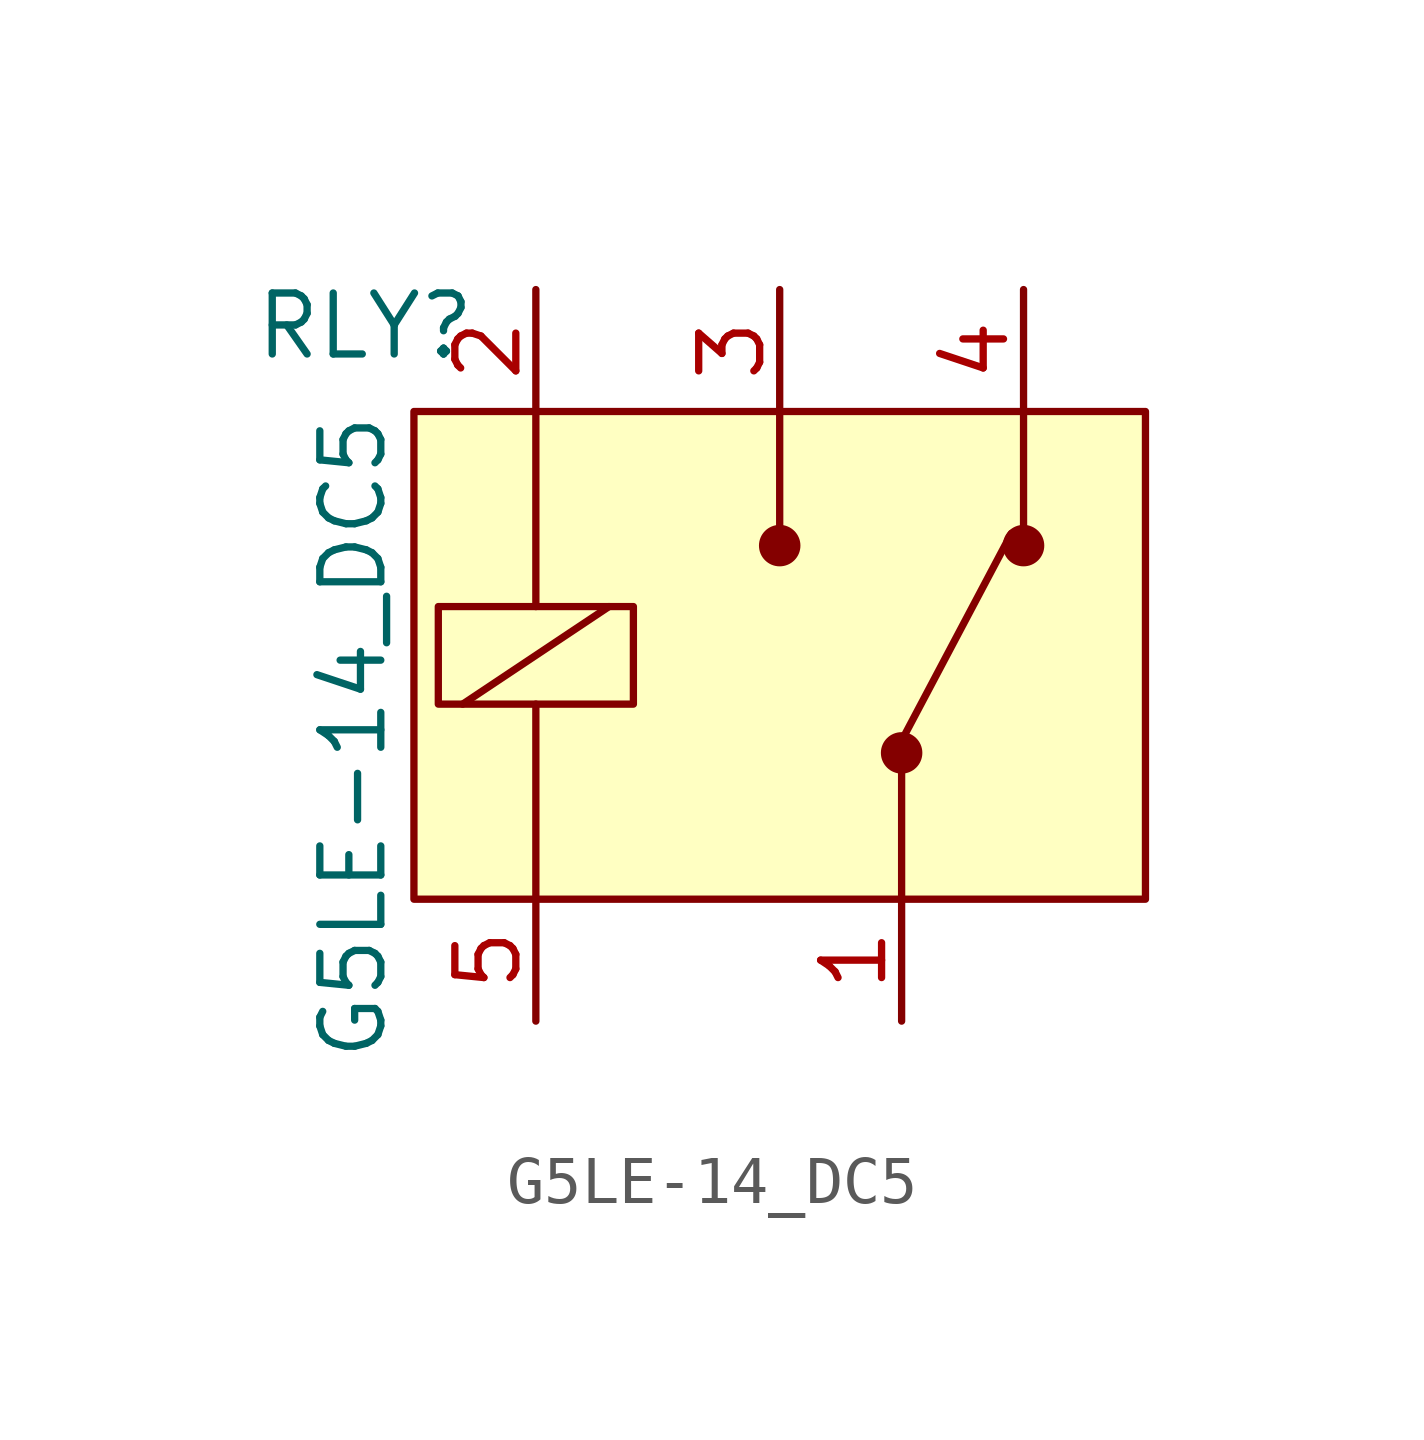
<source format=kicad_sym>
(kicad_symbol_lib
  (version 20211014)
  (generator kicad_symbol_editor)
  (symbol "G5LE-14_DC5"
    (pin_names
      (offset 0) hide)
    (property "Reference" "RLY"
      (at -8.636 6.858 0)
      (effects (font (size 1.27 1.27))))
    (property "Value" "G5LE-14_DC5"
      (at -8.89 5.08 90)
      (effects (font (size 1.27 1.27)) (justify right)))
    (symbol "G5LE-14_DC5_0_1"
      (rectangle (start -7.62 5.08) (end 7.62 -5.08) (stroke (width 0) (type default) (color 0 0 0 0)) (fill (type background)))
      (rectangle (start -7.112 1.016) (end -3.048 -1.016) (stroke (width 0) (type default) (color 0 0 0 0)) (fill (type none)))
      (polyline (pts (xy -6.604 -1.016) (xy -3.556 1.016)) (stroke (width 0) (type default) (color 0 0 0 0)) (fill (type none)))
      (polyline (pts (xy -5.08 -5.08) (xy -5.08 -1.016)) (stroke (width 0) (type default) (color 0 0 0 0)) (fill (type none)))
      (polyline (pts (xy -5.08 5.08) (xy -5.08 1.016)) (stroke (width 0) (type default) (color 0 0 0 0)) (fill (type none)))
      (polyline (pts (xy 0 5.08) (xy 0 2.54)) (stroke (width 0) (type default) (color 0 0 0 0)) (fill (type none)))
      (polyline (pts (xy 2.54 -5.08) (xy 2.54 -2.286)) (stroke (width 0) (type default) (color 0 0 0 0)) (fill (type none)))
      (polyline (pts (xy 2.54 -1.778) (xy 4.826 2.54)) (stroke (width 0) (type default) (color 0 0 0 0)) (fill (type none)))
      (polyline (pts (xy 5.08 5.08) (xy 5.08 2.54)) (stroke (width 0) (type default) (color 0 0 0 0)) (fill (type none)))
      (circle (center 0 2.286) (radius 0.356) (stroke (width 0) (type default) (color 0 0 0 0)) (fill (type outline)))
      (circle (center 2.54 -2.032) (radius 0.356) (stroke (width 0) (type default) (color 0 0 0 0)) (fill (type outline)))
      (circle (center 5.08 2.286) (radius 0.356) (stroke (width 0) (type default) (color 0 0 0 0)) (fill (type outline))))
    (symbol "G5LE-14_DC5_1_1"
      (pin passive line (at 2.54 -7.62 90) (length 2.54) (name "COM" (effects (font (size 1.27 1.27)))) (number "1" (effects (font (size 1.27 1.27)))))
      (pin passive line (at -5.08 7.62 270) (length 2.54) (name "COIL" (effects (font (size 1.27 1.27)))) (number "2" (effects (font (size 1.27 1.27)))))
      (pin passive line (at 0 7.62 270) (length 2.54) (name "NO" (effects (font (size 1.27 1.27)))) (number "3" (effects (font (size 1.27 1.27)))))
      (pin passive line (at 5.08 7.62 270) (length 2.54) (name "NC" (effects (font (size 1.27 1.27)))) (number "4" (effects (font (size 1.27 1.27)))))
      (pin passive line (at -5.08 -7.62 90) (length 2.54) (name "COIL" (effects (font (size 1.27 1.27)))) (number "5" (effects (font (size 1.27 1.27))))))))
</source>
